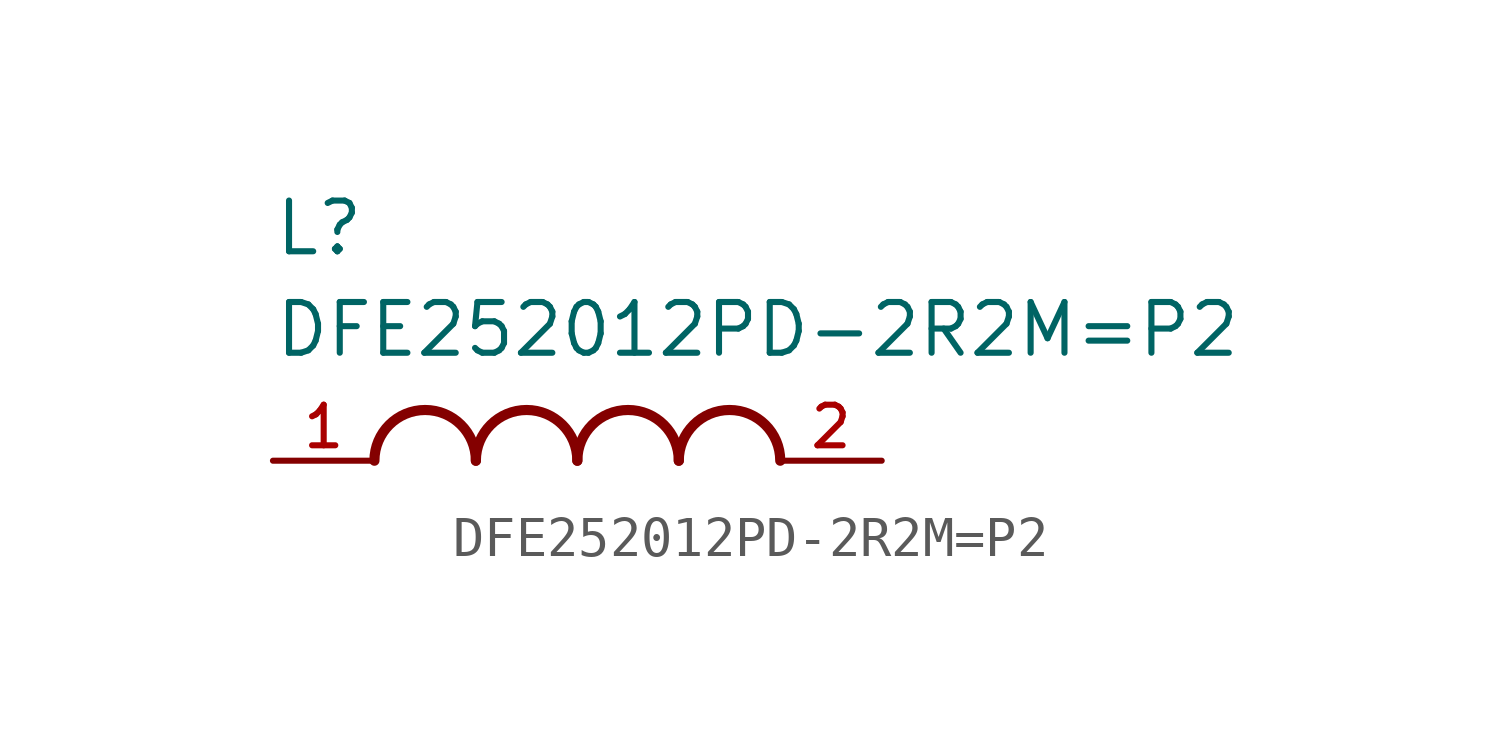
<source format=kicad_sym>
(kicad_symbol_lib
  (version 20211014)
  (generator kicad_symbol_editor)
  (symbol "DFE252012PD-2R2M=P2"
    (pin_names
      (offset 1.016))
    (property "Reference" "L"
      (at -7.62 5.08 0)
      (effects (font (size 1.27 1.27)) (justify bottom left)))
    (property "Value" "DFE252012PD-2R2M=P2"
      (at -7.62 2.54 0)
      (effects (font (size 1.27 1.27)) (justify bottom left)))
    (symbol "DFE252012PD-2R2M=P2_0_0"
      (arc (start -2.54 0.0) (mid -3.81 1.27) (end -5.08 0.0) (stroke (width 0.254) (type default) (color 0 0 0 0)) (fill (type none)))
      (arc (start 0.0 0.0) (mid -1.27 1.27) (end -2.54 0.0) (stroke (width 0.254) (type default) (color 0 0 0 0)) (fill (type none)))
      (arc (start 2.54 0.0) (mid 1.27 1.27) (end 0.0 0.0) (stroke (width 0.254) (type default) (color 0 0 0 0)) (fill (type none)))
      (arc (start 5.08 0.0) (mid 3.81 1.27) (end 2.54 0.0) (stroke (width 0.254) (type default) (color 0 0 0 0)) (fill (type none)))
      (pin passive line (at -7.62 0.0 0) (length 2.54) (name "~" (effects (font (size 1.016 1.016)))) (number "1" (effects (font (size 1.016 1.016)))))
      (pin passive line (at 7.62 0.0 180.0) (length 2.54) (name "~" (effects (font (size 1.016 1.016)))) (number "2" (effects (font (size 1.016 1.016))))))))
</source>
